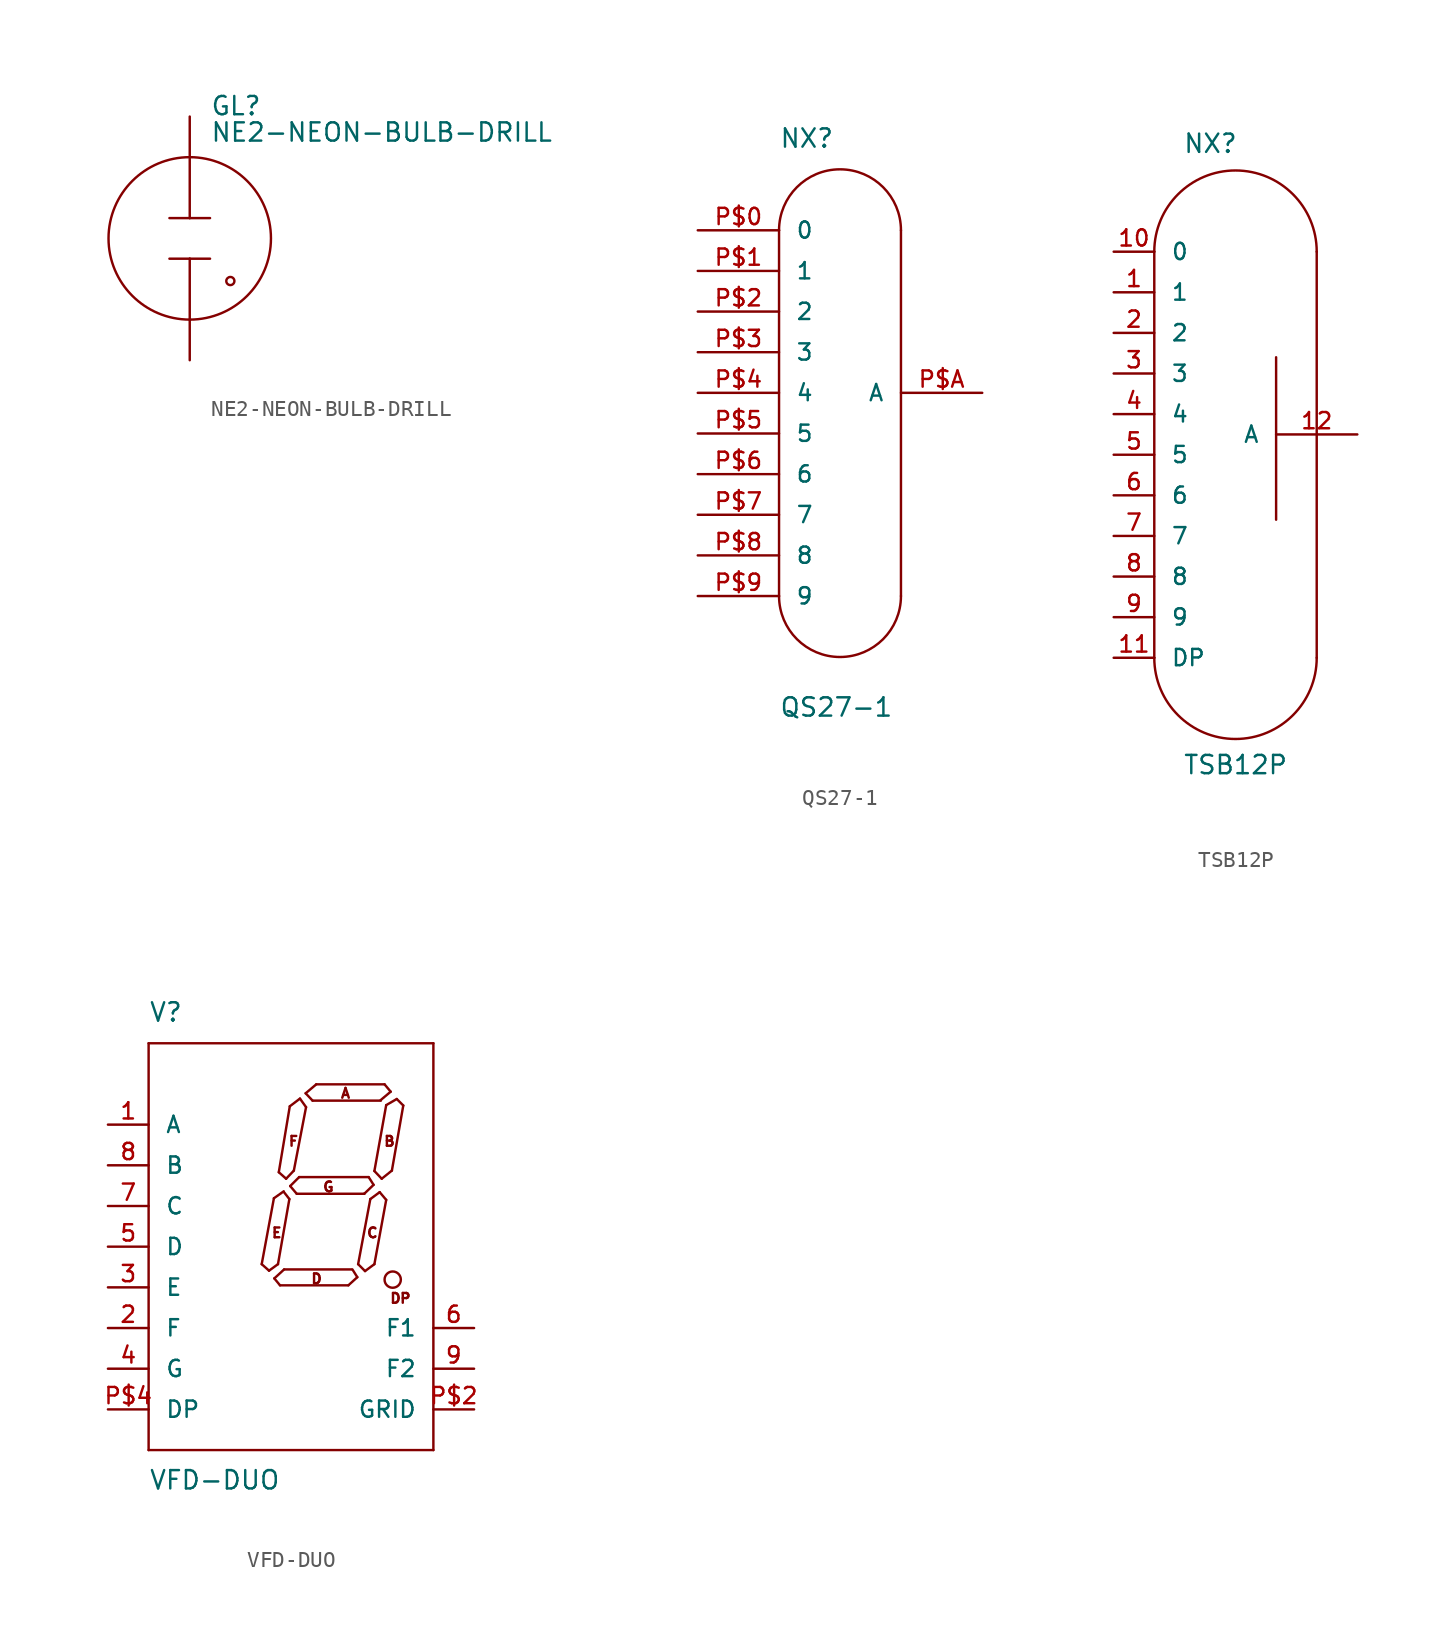
<source format=kicad_sym>
(kicad_symbol_lib
  (version 20220914)
  (generator kicad_symbol_editor)
  (symbol "NE2-NEON-BULB-DRILL"
    (pin_numbers hide)
    (pin_names
      (offset 1.016) hide)
    (property "Reference" "GL"
      (at 1.27 7.62 0)
      (effects (font (size 1.143 1.143)) (justify left bottom)))
    (property "Value" "NE2-NEON-BULB-DRILL"
      (at 1.27 5.969 0)
      (effects (font (size 1.143 1.143)) (justify left bottom)))
    (property "ki_locked" ""
      (at 0 0 0)
      (effects (font (size 1.27 1.27))))
    (symbol "NE2-NEON-BULB-DRILL_1_0"
      (polyline (pts (xy -1.27 -1.27) (xy 0 -1.27)) (stroke (width 0) (type solid)) (fill (type none)))
      (polyline (pts (xy -1.27 1.27) (xy 0 1.27)) (stroke (width 0) (type solid)) (fill (type none)))
      (polyline (pts (xy 0 -1.27) (xy 0 -5.08)) (stroke (width 0) (type solid)) (fill (type none)))
      (polyline (pts (xy 0 -1.27) (xy 1.27 -1.27)) (stroke (width 0) (type solid)) (fill (type none)))
      (polyline (pts (xy 0 1.27) (xy 1.27 1.27)) (stroke (width 0) (type solid)) (fill (type none)))
      (polyline (pts (xy 0 5.08) (xy 0 1.27)) (stroke (width 0) (type solid)) (fill (type none))))
    (symbol "NE2-NEON-BULB-DRILL_1_1"
      (circle (center 0 0) (radius 5.08) (stroke (width 0) (type solid)) (fill (type none)))
      (circle (center 2.54 -2.667) (radius 0.254) (stroke (width 0) (type solid)) (fill (type none)))
      (pin passive line (at 0 7.62 270) (length 2.54) (name "A" (effects (font (size 1.016 1.016)))) (number "1" (effects (font (size 1.016 1.016)))))
      (pin passive line (at 0 -7.62 90) (length 2.54) (name "A1" (effects (font (size 1.016 1.016)))) (number "2" (effects (font (size 1.016 1.016)))))))
  (symbol "QS27-1"
    (pin_names
      (offset 1.016))
    (property "Reference" "NX"
      (at -22.86 12.7 0)
      (effects (font (size 1.143 1.143)) (justify left bottom)))
    (property "Value" "QS27-1"
      (at -22.86 -22.86 0)
      (effects (font (size 1.143 1.143)) (justify left bottom)))
    (property "ki_locked" ""
      (at 0 0 0)
      (effects (font (size 1.27 1.27))))
    (symbol "QS27-1_1_0"
      (polyline (pts (xy -22.86 7.62) (xy -22.86 -15.24)) (stroke (width 0) (type solid)) (fill (type none)))
      (polyline (pts (xy -15.24 7.62) (xy -15.24 -15.24)) (stroke (width 0) (type solid)) (fill (type none))))
    (symbol "QS27-1_1_1"
      (arc (start -22.86 -15.24) (mid -19.05 -19.0334) (end -15.24 -15.24) (stroke (width 0) (type solid)) (fill (type none)))
      (arc (start -15.24 7.62) (mid -19.05 11.4134) (end -22.86 7.62) (stroke (width 0) (type solid)) (fill (type none)))
      (pin passive line (at -27.94 7.62 0) (length 5.08) (name "0" (effects (font (size 1.016 1.016)))) (number "P$0" (effects (font (size 1.016 1.016)))))
      (pin passive line (at -27.94 5.08 0) (length 5.08) (name "1" (effects (font (size 1.016 1.016)))) (number "P$1" (effects (font (size 1.016 1.016)))))
      (pin passive line (at -27.94 2.54 0) (length 5.08) (name "2" (effects (font (size 1.016 1.016)))) (number "P$2" (effects (font (size 1.016 1.016)))))
      (pin passive line (at -27.94 0 0) (length 5.08) (name "3" (effects (font (size 1.016 1.016)))) (number "P$3" (effects (font (size 1.016 1.016)))))
      (pin passive line (at -27.94 -2.54 0) (length 5.08) (name "4" (effects (font (size 1.016 1.016)))) (number "P$4" (effects (font (size 1.016 1.016)))))
      (pin passive line (at -27.94 -5.08 0) (length 5.08) (name "5" (effects (font (size 1.016 1.016)))) (number "P$5" (effects (font (size 1.016 1.016)))))
      (pin passive line (at -27.94 -7.62 0) (length 5.08) (name "6" (effects (font (size 1.016 1.016)))) (number "P$6" (effects (font (size 1.016 1.016)))))
      (pin passive line (at -27.94 -10.16 0) (length 5.08) (name "7" (effects (font (size 1.016 1.016)))) (number "P$7" (effects (font (size 1.016 1.016)))))
      (pin passive line (at -27.94 -12.7 0) (length 5.08) (name "8" (effects (font (size 1.016 1.016)))) (number "P$8" (effects (font (size 1.016 1.016)))))
      (pin passive line (at -27.94 -15.24 0) (length 5.08) (name "9" (effects (font (size 1.016 1.016)))) (number "P$9" (effects (font (size 1.016 1.016)))))
      (pin passive line (at -10.16 -2.54 180) (length 5.08) (name "A" (effects (font (size 1.016 1.016)))) (number "P$A" (effects (font (size 1.016 1.016)))))))
  (symbol "TSB12P"
    (pin_names
      (offset 1.016))
    (property "Reference" "NX"
      (at -38.862 41.656 0)
      (effects (font (size 1.143 1.143)) (justify left bottom)))
    (property "Value" "TSB12P"
      (at -38.862 2.794 0)
      (effects (font (size 1.143 1.143)) (justify left bottom)))
    (property "ki_locked" ""
      (at 0 0 0)
      (effects (font (size 1.27 1.27))))
    (symbol "TSB12P_1_0"
      (polyline (pts (xy -40.64 35.56) (xy -40.64 10.16)) (stroke (width 0) (type solid)) (fill (type none)))
      (polyline (pts (xy -33.02 28.956) (xy -33.02 18.796)) (stroke (width 0) (type solid)) (fill (type none)))
      (polyline (pts (xy -30.48 35.56) (xy -30.48 10.16)) (stroke (width 0) (type solid)) (fill (type none))))
    (symbol "TSB12P_1_1"
      (arc (start -40.64 10.16) (mid -35.56 5.1021) (end -30.48 10.16) (stroke (width 0) (type solid)) (fill (type none)))
      (arc (start -30.48 35.56) (mid -35.56 40.6179) (end -40.64 35.56) (stroke (width 0) (type solid)) (fill (type none)))
      (pin passive line (at -43.18 33.02 0) (length 2.54) (name "1" (effects (font (size 1.016 1.016)))) (number "1" (effects (font (size 1.016 1.016)))))
      (pin passive line (at -43.18 35.56 0) (length 2.54) (name "0" (effects (font (size 1.016 1.016)))) (number "10" (effects (font (size 1.016 1.016)))))
      (pin passive line (at -43.18 10.16 0) (length 2.54) (name "DP" (effects (font (size 1.016 1.016)))) (number "11" (effects (font (size 1.016 1.016)))))
      (pin passive line (at -27.94 24.13 180) (length 5.08) (name "A" (effects (font (size 1.016 1.016)))) (number "12" (effects (font (size 1.016 1.016)))))
      (pin passive line (at -43.18 30.48 0) (length 2.54) (name "2" (effects (font (size 1.016 1.016)))) (number "2" (effects (font (size 1.016 1.016)))))
      (pin passive line (at -43.18 27.94 0) (length 2.54) (name "3" (effects (font (size 1.016 1.016)))) (number "3" (effects (font (size 1.016 1.016)))))
      (pin passive line (at -43.18 25.4 0) (length 2.54) (name "4" (effects (font (size 1.016 1.016)))) (number "4" (effects (font (size 1.016 1.016)))))
      (pin passive line (at -43.18 22.86 0) (length 2.54) (name "5" (effects (font (size 1.016 1.016)))) (number "5" (effects (font (size 1.016 1.016)))))
      (pin passive line (at -43.18 20.32 0) (length 2.54) (name "6" (effects (font (size 1.016 1.016)))) (number "6" (effects (font (size 1.016 1.016)))))
      (pin passive line (at -43.18 17.78 0) (length 2.54) (name "7" (effects (font (size 1.016 1.016)))) (number "7" (effects (font (size 1.016 1.016)))))
      (pin passive line (at -43.18 15.24 0) (length 2.54) (name "8" (effects (font (size 1.016 1.016)))) (number "8" (effects (font (size 1.016 1.016)))))
      (pin passive line (at -43.18 12.7 0) (length 2.54) (name "9" (effects (font (size 1.016 1.016)))) (number "9" (effects (font (size 1.016 1.016)))))))
  (symbol "VFD-DUO"
    (pin_names
      (offset 1.016))
    (property "Reference" "V"
      (at -10.16 16.51 0)
      (effects (font (size 1.143 1.143)) (justify left bottom)))
    (property "Value" "VFD-DUO"
      (at -10.16 -12.7 0)
      (effects (font (size 1.143 1.143)) (justify left bottom)))
    (property "ki_locked" ""
      (at 0 0 0)
      (effects (font (size 1.27 1.27))))
    (symbol "VFD-DUO_1_0"
      (polyline (pts (xy -10.16 -10.16) (xy -10.16 15.24)) (stroke (width 0) (type solid)) (fill (type none)))
      (polyline (pts (xy -10.16 15.24) (xy 7.62 15.24)) (stroke (width 0) (type solid)) (fill (type none)))
      (polyline (pts (xy -3.099 1.448) (xy -2.337 5.563)) (stroke (width 0) (type solid)) (fill (type none)))
      (polyline (pts (xy -2.642 1.041) (xy -3.099 1.448)) (stroke (width 0) (type solid)) (fill (type none)))
      (polyline (pts (xy -2.337 5.563) (xy -1.727 5.994)) (stroke (width 0) (type solid)) (fill (type none)))
      (polyline (pts (xy -2.311 0.559) (xy -1.702 1.118)) (stroke (width 0) (type solid)) (fill (type none)))
      (polyline (pts (xy -2.083 1.448) (xy -2.642 1.041)) (stroke (width 0) (type solid)) (fill (type none)))
      (polyline (pts (xy -2.032 7.188) (xy -1.346 11.303)) (stroke (width 0) (type solid)) (fill (type none)))
      (polyline (pts (xy -1.956 0.127) (xy -2.311 0.559)) (stroke (width 0) (type solid)) (fill (type none)))
      (polyline (pts (xy -1.727 5.969) (xy -1.372 5.512)) (stroke (width 0) (type solid)) (fill (type none)))
      (polyline (pts (xy -1.702 1.118) (xy 2.515 1.118)) (stroke (width 0) (type solid)) (fill (type none)))
      (polyline (pts (xy -1.575 6.782) (xy -2.032 7.188)) (stroke (width 0) (type solid)) (fill (type none)))
      (polyline (pts (xy -1.372 5.512) (xy -2.083 1.448)) (stroke (width 0) (type solid)) (fill (type none)))
      (polyline (pts (xy -1.346 11.303) (xy -0.711 11.786)) (stroke (width 0) (type solid)) (fill (type none)))
      (polyline (pts (xy -1.321 6.325) (xy -0.762 6.883)) (stroke (width 0) (type solid)) (fill (type none)))
      (polyline (pts (xy -1.092 7.29) (xy -1.575 6.782)) (stroke (width 0) (type solid)) (fill (type none)))
      (polyline (pts (xy -0.914 5.842) (xy -1.321 6.325)) (stroke (width 0) (type solid)) (fill (type none)))
      (polyline (pts (xy -0.762 6.883) (xy 3.581 6.883)) (stroke (width 0) (type solid)) (fill (type none)))
      (polyline (pts (xy -0.711 11.786) (xy -0.33 11.252)) (stroke (width 0) (type solid)) (fill (type none)))
      (polyline (pts (xy -0.356 12.116) (xy 0.305 12.675)) (stroke (width 0) (type solid)) (fill (type none)))
      (polyline (pts (xy -0.33 11.252) (xy -1.092 7.29)) (stroke (width 0) (type solid)) (fill (type none)))
      (polyline (pts (xy 0.076 11.659) (xy -0.356 12.116)) (stroke (width 0) (type solid)) (fill (type none)))
      (polyline (pts (xy 0.305 12.675) (xy 4.572 12.675)) (stroke (width 0) (type solid)) (fill (type none)))
      (polyline (pts (xy 2.311 0.127) (xy -1.956 0.127)) (stroke (width 0) (type solid)) (fill (type none)))
      (polyline (pts (xy 2.565 1.118) (xy 2.87 0.635)) (stroke (width 0) (type solid)) (fill (type none)))
      (polyline (pts (xy 2.87 0.635) (xy 2.311 0.127)) (stroke (width 0) (type solid)) (fill (type none)))
      (polyline (pts (xy 2.921 1.448) (xy 3.683 5.512)) (stroke (width 0) (type solid)) (fill (type none)))
      (polyline (pts (xy 3.302 5.842) (xy -0.914 5.842)) (stroke (width 0) (type solid)) (fill (type none)))
      (polyline (pts (xy 3.302 5.842) (xy 3.302 5.842)) (stroke (width 0) (type solid)) (fill (type none)))
      (polyline (pts (xy 3.353 1.016) (xy 2.921 1.448)) (stroke (width 0) (type solid)) (fill (type none)))
      (polyline (pts (xy 3.581 6.883) (xy 3.886 6.401)) (stroke (width 0) (type solid)) (fill (type none)))
      (polyline (pts (xy 3.683 5.512) (xy 4.267 5.944)) (stroke (width 0) (type solid)) (fill (type none)))
      (polyline (pts (xy 3.886 6.401) (xy 3.302 5.842)) (stroke (width 0) (type solid)) (fill (type none)))
      (polyline (pts (xy 3.937 1.448) (xy 3.353 1.016)) (stroke (width 0) (type solid)) (fill (type none)))
      (polyline (pts (xy 3.937 7.264) (xy 4.674 11.379)) (stroke (width 0) (type solid)) (fill (type none)))
      (polyline (pts (xy 4.267 5.944) (xy 4.674 5.461)) (stroke (width 0) (type solid)) (fill (type none)))
      (polyline (pts (xy 4.343 11.659) (xy 0.076 11.659)) (stroke (width 0) (type solid)) (fill (type none)))
      (polyline (pts (xy 4.394 6.782) (xy 3.937 7.264)) (stroke (width 0) (type solid)) (fill (type none)))
      (polyline (pts (xy 4.572 12.675) (xy 4.953 12.217)) (stroke (width 0) (type solid)) (fill (type none)))
      (polyline (pts (xy 4.674 5.461) (xy 3.937 1.448)) (stroke (width 0) (type solid)) (fill (type none)))
      (polyline (pts (xy 4.674 11.379) (xy 5.334 11.76)) (stroke (width 0) (type solid)) (fill (type none)))
      (polyline (pts (xy 4.953 12.217) (xy 4.318 11.684)) (stroke (width 0) (type solid)) (fill (type none)))
      (polyline (pts (xy 5.029 7.29) (xy 4.394 6.782)) (stroke (width 0) (type solid)) (fill (type none)))
      (polyline (pts (xy 5.334 11.76) (xy 5.74 11.354)) (stroke (width 0) (type solid)) (fill (type none)))
      (polyline (pts (xy 5.74 11.354) (xy 5.029 7.29)) (stroke (width 0) (type solid)) (fill (type none)))
      (polyline (pts (xy 7.62 -10.16) (xy -10.16 -10.16)) (stroke (width 0) (type solid)) (fill (type none)))
      (polyline (pts (xy 7.62 15.24) (xy 7.62 -10.16)) (stroke (width 0) (type solid)) (fill (type none)))
      (text "A" (at 2.134 12.116 0) (effects (font (size 0.61 0.61))))
      (text "B" (at 4.877 9.119 0) (effects (font (size 0.61 0.61))))
      (text "C" (at 3.81 3.404 0) (effects (font (size 0.61 0.61))))
      (text "D" (at 0.33 0.533 0) (effects (font (size 0.61 0.61))))
      (text "DP" (at 5.563 -0.686 0) (effects (font (size 0.61 0.61))))
      (text "E" (at -2.159 3.404 0) (effects (font (size 0.61 0.61))))
      (text "F" (at -1.118 9.119 0) (effects (font (size 0.61 0.61))))
      (text "G" (at 1.067 6.274 0) (effects (font (size 0.61 0.61)))))
    (symbol "VFD-DUO_1_1"
      (circle (center 5.08 0.483) (radius 0.508) (stroke (width 0) (type solid)) (fill (type none)))
      (pin passive line (at -12.7 10.16 0) (length 2.54) (name "A" (effects (font (size 1.016 1.016)))) (number "1" (effects (font (size 1.016 1.016)))))
      (pin passive line (at -12.7 -2.54 0) (length 2.54) (name "F" (effects (font (size 1.016 1.016)))) (number "2" (effects (font (size 1.016 1.016)))))
      (pin passive line (at -12.7 0 0) (length 2.54) (name "E" (effects (font (size 1.016 1.016)))) (number "3" (effects (font (size 1.016 1.016)))))
      (pin passive line (at -12.7 -5.08 0) (length 2.54) (name "G" (effects (font (size 1.016 1.016)))) (number "4" (effects (font (size 1.016 1.016)))))
      (pin passive line (at -12.7 2.54 0) (length 2.54) (name "D" (effects (font (size 1.016 1.016)))) (number "5" (effects (font (size 1.016 1.016)))))
      (pin passive line (at 10.16 -2.54 180) (length 2.54) (name "F1" (effects (font (size 1.016 1.016)))) (number "6" (effects (font (size 1.016 1.016)))))
      (pin passive line (at -12.7 5.08 0) (length 2.54) (name "C" (effects (font (size 1.016 1.016)))) (number "7" (effects (font (size 1.016 1.016)))))
      (pin passive line (at -12.7 7.62 0) (length 2.54) (name "B" (effects (font (size 1.016 1.016)))) (number "8" (effects (font (size 1.016 1.016)))))
      (pin passive line (at 10.16 -5.08 180) (length 2.54) (name "F2" (effects (font (size 1.016 1.016)))) (number "9" (effects (font (size 1.016 1.016)))))
      (pin passive line (at 10.16 -5.08 180) (length 2.54) hide (name "F2" (effects (font (size 1.016 1.016)))) (number "P$1" (effects (font (size 1.016 1.016)))))
      (pin passive line (at -12.7 2.54 0) (length 2.54) hide (name "D" (effects (font (size 1.016 1.016)))) (number "P$10" (effects (font (size 1.016 1.016)))))
      (pin passive line (at 10.16 -2.54 180) (length 2.54) hide (name "F1" (effects (font (size 1.016 1.016)))) (number "P$11" (effects (font (size 1.016 1.016)))))
      (pin passive line (at 10.16 -7.62 180) (length 2.54) (name "GRID" (effects (font (size 1.016 1.016)))) (number "P$2" (effects (font (size 1.016 1.016)))))
      (pin passive line (at -12.7 5.08 0) (length 2.54) hide (name "C" (effects (font (size 1.016 1.016)))) (number "P$3" (effects (font (size 1.016 1.016)))))
      (pin passive line (at -12.7 -7.62 0) (length 2.54) (name "DP" (effects (font (size 1.016 1.016)))) (number "P$4" (effects (font (size 1.016 1.016)))))
      (pin passive line (at -12.7 7.62 0) (length 2.54) hide (name "B" (effects (font (size 1.016 1.016)))) (number "P$5" (effects (font (size 1.016 1.016)))))
      (pin passive line (at -12.7 10.16 0) (length 2.54) hide (name "A" (effects (font (size 1.016 1.016)))) (number "P$6" (effects (font (size 1.016 1.016)))))
      (pin passive line (at -12.7 -5.08 0) (length 2.54) hide (name "G" (effects (font (size 1.016 1.016)))) (number "P$7" (effects (font (size 1.016 1.016)))))
      (pin passive line (at -12.7 -2.54 0) (length 2.54) hide (name "F" (effects (font (size 1.016 1.016)))) (number "P$8" (effects (font (size 1.016 1.016)))))
      (pin passive line (at -12.7 0 0) (length 2.54) hide (name "E" (effects (font (size 1.016 1.016)))) (number "P$9" (effects (font (size 1.016 1.016))))))))
</source>
